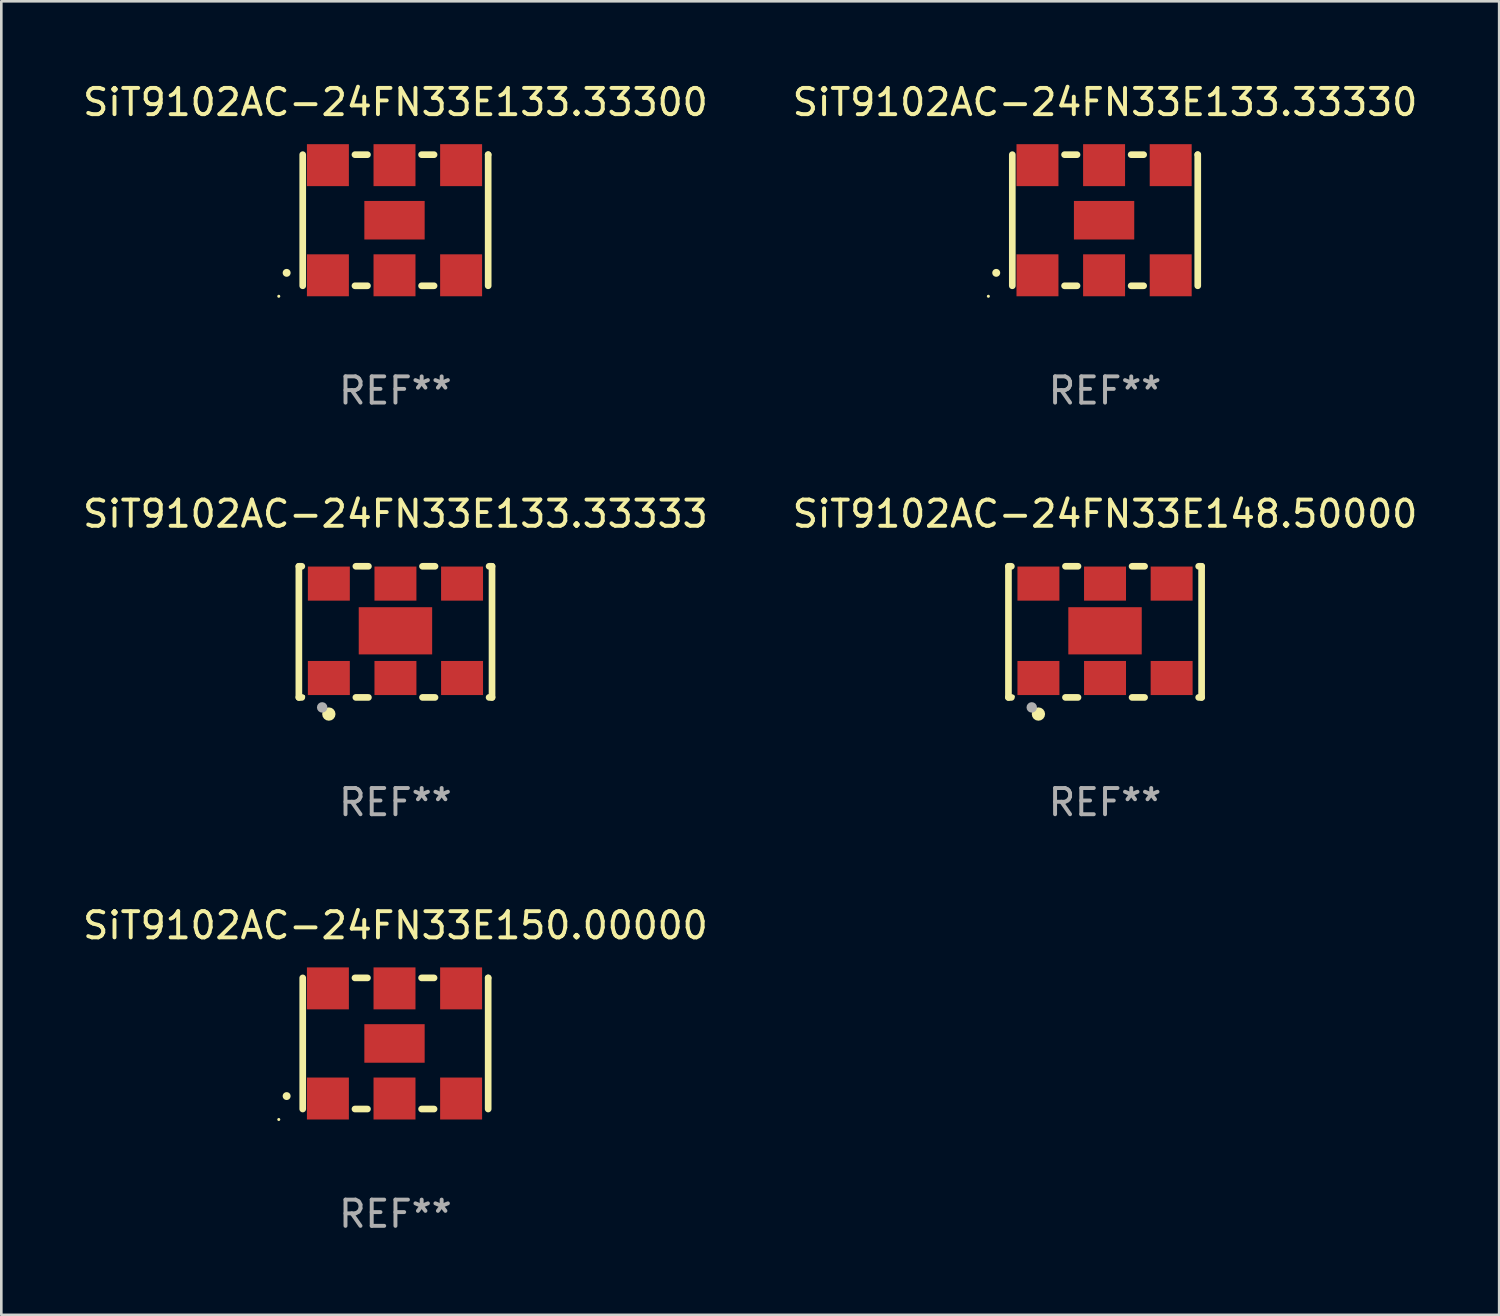
<source format=kicad_pcb>
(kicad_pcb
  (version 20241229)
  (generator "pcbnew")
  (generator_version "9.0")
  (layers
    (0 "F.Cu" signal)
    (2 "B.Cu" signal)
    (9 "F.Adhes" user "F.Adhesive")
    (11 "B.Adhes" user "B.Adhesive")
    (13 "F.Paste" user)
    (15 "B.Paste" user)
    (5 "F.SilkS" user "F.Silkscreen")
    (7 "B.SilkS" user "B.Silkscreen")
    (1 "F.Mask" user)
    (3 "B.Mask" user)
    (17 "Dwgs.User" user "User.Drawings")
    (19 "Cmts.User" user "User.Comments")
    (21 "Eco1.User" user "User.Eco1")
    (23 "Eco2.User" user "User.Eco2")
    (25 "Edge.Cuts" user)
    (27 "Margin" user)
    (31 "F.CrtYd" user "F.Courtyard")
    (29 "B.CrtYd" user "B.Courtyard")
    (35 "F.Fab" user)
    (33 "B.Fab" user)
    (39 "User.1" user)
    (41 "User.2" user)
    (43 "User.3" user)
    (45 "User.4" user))
  (footprint "SiT9102AC-24FN33E133.33333"
    (layer "F.Cu")
    (at 12.03 21.045)
    (property "Reference" "SiT9102AC-24FN33E133.33333" (at 0 -4.5 0) (layer "F.SilkS") (effects (font (size 1 1) (thickness 0.15))))
    (attr through_hole)
    (fp_line (start -3.683 -2.5) (end -3.571 -2.5) (stroke (width 0.254) (type solid)) (layer "F.SilkS"))
    (fp_line (start -3.683 2.5) (end -3.683 -2.5) (stroke (width 0.254) (type solid)) (layer "F.SilkS"))
    (fp_line (start -3.683 2.5) (end -3.571 2.5) (stroke (width 0.254) (type solid)) (layer "F.SilkS"))
    (fp_line (start -1.509 -2.5) (end -1.031 -2.5) (stroke (width 0.254) (type solid)) (layer "F.SilkS"))
    (fp_line (start -1.509 2.5) (end -1.031 2.5) (stroke (width 0.254) (type solid)) (layer "F.SilkS"))
    (fp_line (start 1.031 -2.5) (end 1.509 -2.5) (stroke (width 0.254) (type solid)) (layer "F.SilkS"))
    (fp_line (start 1.031 2.5) (end 1.509 2.5) (stroke (width 0.254) (type solid)) (layer "F.SilkS"))
    (fp_line (start 3.571 -2.5) (end 3.683 -2.5) (stroke (width 0.254) (type solid)) (layer "F.SilkS"))
    (fp_line (start 3.571 2.5) (end 3.683 2.5) (stroke (width 0.254) (type solid)) (layer "F.SilkS"))
    (fp_line (start 3.683 2.5) (end 3.683 -2.5) (stroke (width 0.254) (type solid)) (layer "F.SilkS"))
    (fp_circle (center -3.5 2.46) (end -3.47 2.46) (stroke (width 0.06) (type solid)) (fill no) (layer "F.SilkS"))
    (fp_circle (center -2.54 3.135) (end -2.413 3.135) (stroke (width 0.254) (type solid)) (fill no) (layer "F.SilkS"))
    (fp_circle (center -2.794 2.881) (end -2.694 2.881) (stroke (width 0.2) (type solid)) (fill no) (layer "F.Fab"))
    (fp_text user "REF**" (at 0 6.5 0) (layer "F.Fab") (effects (font (size 1 1) (thickness 0.15))))
    (pad "1" smd rect (at -2.54 1.76) (size 1.6 1.3) (layers "F.Cu" "F.Mask" "F.Paste"))
    (pad "2" smd rect (at 0 1.76) (size 1.6 1.3) (layers "F.Cu" "F.Mask" "F.Paste"))
    (pad "3" smd rect (at 2.54 1.76) (size 1.6 1.3) (layers "F.Cu" "F.Mask" "F.Paste"))
    (pad "4" smd rect (at 2.54 -1.84) (size 1.6 1.3) (layers "F.Cu" "F.Mask" "F.Paste"))
    (pad "5" smd rect (at 0 -1.84) (size 1.6 1.3) (layers "F.Cu" "F.Mask" "F.Paste"))
    (pad "6" smd rect (at -2.54 -1.84) (size 1.6 1.3) (layers "F.Cu" "F.Mask" "F.Paste"))
    (pad "7" smd rect (at 0 -0.04) (size 2.8 1.8) (layers "F.Cu" "F.Mask" "F.Paste")))
  (footprint "SiT9102AC-24FN33E148.50000"
    (layer "F.Cu")
    (at 39.089 21.045)
    (property "Reference" "SiT9102AC-24FN33E148.50000" (at 0 -4.5 0) (layer "F.SilkS") (effects (font (size 1 1) (thickness 0.15))))
    (attr through_hole)
    (fp_line (start -3.683 -2.5) (end -3.571 -2.5) (stroke (width 0.254) (type solid)) (layer "F.SilkS"))
    (fp_line (start -3.683 2.5) (end -3.683 -2.5) (stroke (width 0.254) (type solid)) (layer "F.SilkS"))
    (fp_line (start -3.683 2.5) (end -3.571 2.5) (stroke (width 0.254) (type solid)) (layer "F.SilkS"))
    (fp_line (start -1.509 -2.5) (end -1.031 -2.5) (stroke (width 0.254) (type solid)) (layer "F.SilkS"))
    (fp_line (start -1.509 2.5) (end -1.031 2.5) (stroke (width 0.254) (type solid)) (layer "F.SilkS"))
    (fp_line (start 1.031 -2.5) (end 1.509 -2.5) (stroke (width 0.254) (type solid)) (layer "F.SilkS"))
    (fp_line (start 1.031 2.5) (end 1.509 2.5) (stroke (width 0.254) (type solid)) (layer "F.SilkS"))
    (fp_line (start 3.571 -2.5) (end 3.683 -2.5) (stroke (width 0.254) (type solid)) (layer "F.SilkS"))
    (fp_line (start 3.571 2.5) (end 3.683 2.5) (stroke (width 0.254) (type solid)) (layer "F.SilkS"))
    (fp_line (start 3.683 2.5) (end 3.683 -2.5) (stroke (width 0.254) (type solid)) (layer "F.SilkS"))
    (fp_circle (center -3.5 2.46) (end -3.47 2.46) (stroke (width 0.06) (type solid)) (fill no) (layer "F.SilkS"))
    (fp_circle (center -2.54 3.135) (end -2.413 3.135) (stroke (width 0.254) (type solid)) (fill no) (layer "F.SilkS"))
    (fp_circle (center -2.794 2.881) (end -2.694 2.881) (stroke (width 0.2) (type solid)) (fill no) (layer "F.Fab"))
    (fp_text user "REF**" (at 0 6.5 0) (layer "F.Fab") (effects (font (size 1 1) (thickness 0.15))))
    (pad "1" smd rect (at -2.54 1.76) (size 1.6 1.3) (layers "F.Cu" "F.Mask" "F.Paste"))
    (pad "2" smd rect (at 0 1.76) (size 1.6 1.3) (layers "F.Cu" "F.Mask" "F.Paste"))
    (pad "3" smd rect (at 2.54 1.76) (size 1.6 1.3) (layers "F.Cu" "F.Mask" "F.Paste"))
    (pad "4" smd rect (at 2.54 -1.84) (size 1.6 1.3) (layers "F.Cu" "F.Mask" "F.Paste"))
    (pad "5" smd rect (at 0 -1.84) (size 1.6 1.3) (layers "F.Cu" "F.Mask" "F.Paste"))
    (pad "6" smd rect (at -2.54 -1.84) (size 1.6 1.3) (layers "F.Cu" "F.Mask" "F.Paste"))
    (pad "7" smd rect (at 0 -0.04) (size 2.8 1.8) (layers "F.Cu" "F.Mask" "F.Paste")))
  (footprint "SiT9102AC-24FN33E150.00000"
    (layer "F.Cu")
    (at 12.03 36.741)
    (property "Reference" "SiT9102AC-24FN33E150.00000" (at 0 -4.5 0) (layer "F.SilkS") (effects (font (size 1 1) (thickness 0.15))))
    (attr through_hole)
    (fp_line (start -3.536 -2.5) (end -3.536 2.5) (stroke (width 0.254) (type solid)) (layer "F.SilkS"))
    (fp_line (start -1.544 2.5) (end -1.067 2.5) (stroke (width 0.254) (type solid)) (layer "F.SilkS"))
    (fp_line (start -1.067 -2.5) (end -1.544 -2.5) (stroke (width 0.254) (type solid)) (layer "F.SilkS"))
    (fp_line (start 0.996 2.5) (end 1.473 2.5) (stroke (width 0.254) (type solid)) (layer "F.SilkS"))
    (fp_line (start 1.473 -2.5) (end 0.996 -2.5) (stroke (width 0.254) (type solid)) (layer "F.SilkS"))
    (fp_line (start 3.536 -2.5) (end 3.536 -2.5) (stroke (width 0.254) (type solid)) (layer "F.SilkS"))
    (fp_line (start 3.536 2.5) (end 3.536 -2.5) (stroke (width 0.254) (type solid)) (layer "F.SilkS"))
    (fp_arc (start -4.150432 2.006604) (mid -4.149162 2.006599) (end -4.147892 2.006604) (stroke (width 0.3) (type solid)) (layer "F.SilkS"))
    (fp_circle (center -4.449 2.9) (end -4.419 2.9) (stroke (width 0.06) (type solid)) (fill no) (layer "F.SilkS"))
    (fp_text user "REF**" (at 0 6.5 0) (layer "F.Fab") (effects (font (size 1 1) (thickness 0.15))))
    (pad "1" smd rect (at -2.576 2.1) (size 1.6 1.6) (layers "F.Cu" "F.Mask" "F.Paste"))
    (pad "2" smd rect (at -0.036 2.1) (size 1.6 1.6) (layers "F.Cu" "F.Mask" "F.Paste"))
    (pad "3" smd rect (at 2.504 2.1) (size 1.6 1.6) (layers "F.Cu" "F.Mask" "F.Paste"))
    (pad "4" smd rect (at 2.504 -2.1) (size 1.6 1.6) (layers "F.Cu" "F.Mask" "F.Paste"))
    (pad "5" smd rect (at -0.036 -2.1) (size 1.6 1.6) (layers "F.Cu" "F.Mask" "F.Paste"))
    (pad "6" smd rect (at -2.576 -2.1) (size 1.6 1.6) (layers "F.Cu" "F.Mask" "F.Paste"))
    (pad "7" smd rect (at -0.036 0) (size 2.3 1.47) (layers "F.Cu" "F.Mask" "F.Paste")))
  (footprint "SiT9102AC-24FN33E133.33330"
    (layer "F.Cu")
    (at 39.089 5.348)
    (property "Reference" "SiT9102AC-24FN33E133.33330" (at 0 -4.5 0) (layer "F.SilkS") (effects (font (size 1 1) (thickness 0.15))))
    (attr through_hole)
    (fp_line (start -3.536 -2.5) (end -3.536 2.5) (stroke (width 0.254) (type solid)) (layer "F.SilkS"))
    (fp_line (start -1.544 2.5) (end -1.067 2.5) (stroke (width 0.254) (type solid)) (layer "F.SilkS"))
    (fp_line (start -1.067 -2.5) (end -1.544 -2.5) (stroke (width 0.254) (type solid)) (layer "F.SilkS"))
    (fp_line (start 0.996 2.5) (end 1.473 2.5) (stroke (width 0.254) (type solid)) (layer "F.SilkS"))
    (fp_line (start 1.473 -2.5) (end 0.996 -2.5) (stroke (width 0.254) (type solid)) (layer "F.SilkS"))
    (fp_line (start 3.536 -2.5) (end 3.536 -2.5) (stroke (width 0.254) (type solid)) (layer "F.SilkS"))
    (fp_line (start 3.536 2.5) (end 3.536 -2.5) (stroke (width 0.254) (type solid)) (layer "F.SilkS"))
    (fp_arc (start -4.150432 2.006604) (mid -4.149162 2.006599) (end -4.147892 2.006604) (stroke (width 0.3) (type solid)) (layer "F.SilkS"))
    (fp_circle (center -4.449 2.9) (end -4.419 2.9) (stroke (width 0.06) (type solid)) (fill no) (layer "F.SilkS"))
    (fp_text user "REF**" (at 0 6.5 0) (layer "F.Fab") (effects (font (size 1 1) (thickness 0.15))))
    (pad "1" smd rect (at -2.576 2.1) (size 1.6 1.6) (layers "F.Cu" "F.Mask" "F.Paste"))
    (pad "2" smd rect (at -0.036 2.1) (size 1.6 1.6) (layers "F.Cu" "F.Mask" "F.Paste"))
    (pad "3" smd rect (at 2.504 2.1) (size 1.6 1.6) (layers "F.Cu" "F.Mask" "F.Paste"))
    (pad "4" smd rect (at 2.504 -2.1) (size 1.6 1.6) (layers "F.Cu" "F.Mask" "F.Paste"))
    (pad "5" smd rect (at -0.036 -2.1) (size 1.6 1.6) (layers "F.Cu" "F.Mask" "F.Paste"))
    (pad "6" smd rect (at -2.576 -2.1) (size 1.6 1.6) (layers "F.Cu" "F.Mask" "F.Paste"))
    (pad "7" smd rect (at -0.036 0) (size 2.3 1.47) (layers "F.Cu" "F.Mask" "F.Paste")))
  (footprint "SiT9102AC-24FN33E133.33300"
    (layer "F.Cu")
    (at 12.03 5.348)
    (property "Reference" "SiT9102AC-24FN33E133.33300" (at 0 -4.5 0) (layer "F.SilkS") (effects (font (size 1 1) (thickness 0.15))))
    (attr through_hole)
    (fp_line (start -3.536 -2.5) (end -3.536 2.5) (stroke (width 0.254) (type solid)) (layer "F.SilkS"))
    (fp_line (start -1.544 2.5) (end -1.067 2.5) (stroke (width 0.254) (type solid)) (layer "F.SilkS"))
    (fp_line (start -1.067 -2.5) (end -1.544 -2.5) (stroke (width 0.254) (type solid)) (layer "F.SilkS"))
    (fp_line (start 0.996 2.5) (end 1.473 2.5) (stroke (width 0.254) (type solid)) (layer "F.SilkS"))
    (fp_line (start 1.473 -2.5) (end 0.996 -2.5) (stroke (width 0.254) (type solid)) (layer "F.SilkS"))
    (fp_line (start 3.536 -2.5) (end 3.536 -2.5) (stroke (width 0.254) (type solid)) (layer "F.SilkS"))
    (fp_line (start 3.536 2.5) (end 3.536 -2.5) (stroke (width 0.254) (type solid)) (layer "F.SilkS"))
    (fp_arc (start -4.150432 2.006604) (mid -4.149162 2.006599) (end -4.147892 2.006604) (stroke (width 0.3) (type solid)) (layer "F.SilkS"))
    (fp_circle (center -4.449 2.9) (end -4.419 2.9) (stroke (width 0.06) (type solid)) (fill no) (layer "F.SilkS"))
    (fp_text user "REF**" (at 0 6.5 0) (layer "F.Fab") (effects (font (size 1 1) (thickness 0.15))))
    (pad "1" smd rect (at -2.576 2.1) (size 1.6 1.6) (layers "F.Cu" "F.Mask" "F.Paste"))
    (pad "2" smd rect (at -0.036 2.1) (size 1.6 1.6) (layers "F.Cu" "F.Mask" "F.Paste"))
    (pad "3" smd rect (at 2.504 2.1) (size 1.6 1.6) (layers "F.Cu" "F.Mask" "F.Paste"))
    (pad "4" smd rect (at 2.504 -2.1) (size 1.6 1.6) (layers "F.Cu" "F.Mask" "F.Paste"))
    (pad "5" smd rect (at -0.036 -2.1) (size 1.6 1.6) (layers "F.Cu" "F.Mask" "F.Paste"))
    (pad "6" smd rect (at -2.576 -2.1) (size 1.6 1.6) (layers "F.Cu" "F.Mask" "F.Paste"))
    (pad "7" smd rect (at -0.036 0) (size 2.3 1.47) (layers "F.Cu" "F.Mask" "F.Paste")))
  (gr_rect
    (start -3 -3)
    (end 54.119 47.09)
    (stroke (width 0.1) (type default))
    (fill no)
    (layer "Edge.Cuts")))
</source>
